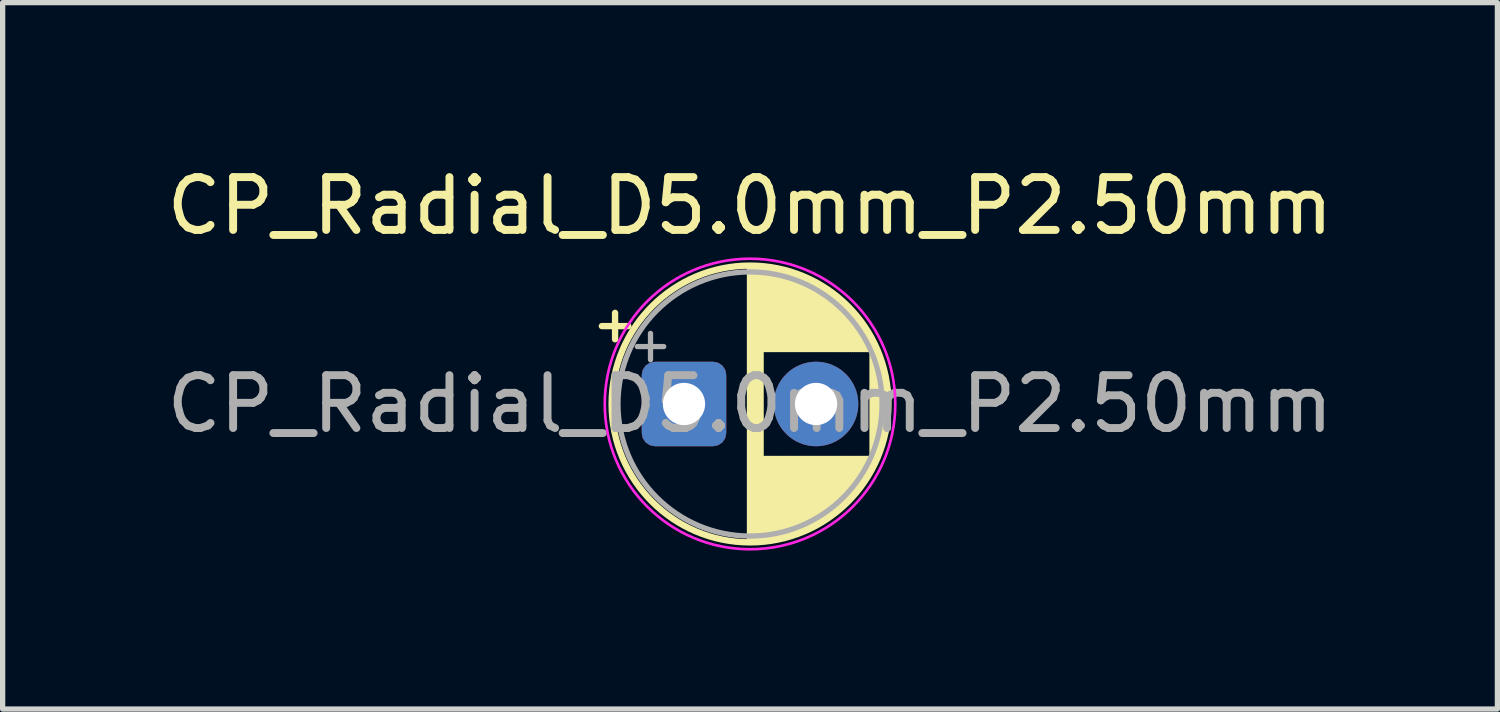
<source format=kicad_pcb>
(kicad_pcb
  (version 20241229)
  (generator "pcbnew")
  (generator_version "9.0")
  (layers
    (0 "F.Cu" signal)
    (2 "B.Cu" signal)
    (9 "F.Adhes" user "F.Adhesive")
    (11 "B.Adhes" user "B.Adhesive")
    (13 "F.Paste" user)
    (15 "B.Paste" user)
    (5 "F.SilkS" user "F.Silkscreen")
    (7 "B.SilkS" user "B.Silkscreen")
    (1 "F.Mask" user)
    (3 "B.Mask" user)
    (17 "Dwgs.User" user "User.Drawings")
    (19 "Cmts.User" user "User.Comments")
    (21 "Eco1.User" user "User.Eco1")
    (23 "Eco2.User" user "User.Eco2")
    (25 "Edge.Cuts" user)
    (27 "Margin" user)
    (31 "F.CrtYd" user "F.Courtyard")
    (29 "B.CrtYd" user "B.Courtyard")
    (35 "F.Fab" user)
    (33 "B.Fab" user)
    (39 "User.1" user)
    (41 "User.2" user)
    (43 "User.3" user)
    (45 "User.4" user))
  (footprint "CP_Radial_D5.0mm_P2.50mm"
    (layer "F.Cu")
    (at 9.899 4.598)
    (property "Reference" "CP_Radial_D5.0mm_P2.50mm" (at 1.25 -3.75 0) (layer "F.SilkS") (effects (font (size 1 1) (thickness 0.15))))
    (attr through_hole)
    (fp_line (start -1.555 -1.475) (end -1.055 -1.475) (stroke (width 0.12) (type solid)) (layer "F.SilkS"))
    (fp_line (start -1.305 -1.725) (end -1.305 -1.225) (stroke (width 0.12) (type solid)) (layer "F.SilkS"))
    (fp_line (start 1.25 -2.58) (end 1.25 2.58) (stroke (width 0.12) (type solid)) (layer "F.SilkS"))
    (fp_line (start 1.29 -2.58) (end 1.29 2.58) (stroke (width 0.12) (type solid)) (layer "F.SilkS"))
    (fp_line (start 1.33 -2.579) (end 1.33 2.579) (stroke (width 0.12) (type solid)) (layer "F.SilkS"))
    (fp_line (start 1.37 -2.577) (end 1.37 2.577) (stroke (width 0.12) (type solid)) (layer "F.SilkS"))
    (fp_line (start 1.41 -2.575) (end 1.41 2.575) (stroke (width 0.12) (type solid)) (layer "F.SilkS"))
    (fp_line (start 1.45 -2.572) (end 1.45 2.572) (stroke (width 0.12) (type solid)) (layer "F.SilkS"))
    (fp_line (start 1.49 -2.569) (end 1.49 -1.04) (stroke (width 0.12) (type solid)) (layer "F.SilkS"))
    (fp_line (start 1.49 1.04) (end 1.49 2.569) (stroke (width 0.12) (type solid)) (layer "F.SilkS"))
    (fp_line (start 1.53 -2.565) (end 1.53 -1.04) (stroke (width 0.12) (type solid)) (layer "F.SilkS"))
    (fp_line (start 1.53 1.04) (end 1.53 2.565) (stroke (width 0.12) (type solid)) (layer "F.SilkS"))
    (fp_line (start 1.57 -2.56) (end 1.57 -1.04) (stroke (width 0.12) (type solid)) (layer "F.SilkS"))
    (fp_line (start 1.57 1.04) (end 1.57 2.56) (stroke (width 0.12) (type solid)) (layer "F.SilkS"))
    (fp_line (start 1.61 -2.555) (end 1.61 -1.04) (stroke (width 0.12) (type solid)) (layer "F.SilkS"))
    (fp_line (start 1.61 1.04) (end 1.61 2.555) (stroke (width 0.12) (type solid)) (layer "F.SilkS"))
    (fp_line (start 1.65 -2.549) (end 1.65 -1.04) (stroke (width 0.12) (type solid)) (layer "F.SilkS"))
    (fp_line (start 1.65 1.04) (end 1.65 2.549) (stroke (width 0.12) (type solid)) (layer "F.SilkS"))
    (fp_line (start 1.69 -2.543) (end 1.69 -1.04) (stroke (width 0.12) (type solid)) (layer "F.SilkS"))
    (fp_line (start 1.69 1.04) (end 1.69 2.543) (stroke (width 0.12) (type solid)) (layer "F.SilkS"))
    (fp_line (start 1.73 -2.536) (end 1.73 -1.04) (stroke (width 0.12) (type solid)) (layer "F.SilkS"))
    (fp_line (start 1.73 1.04) (end 1.73 2.536) (stroke (width 0.12) (type solid)) (layer "F.SilkS"))
    (fp_line (start 1.77 -2.528) (end 1.77 -1.04) (stroke (width 0.12) (type solid)) (layer "F.SilkS"))
    (fp_line (start 1.77 1.04) (end 1.77 2.528) (stroke (width 0.12) (type solid)) (layer "F.SilkS"))
    (fp_line (start 1.81 -2.519) (end 1.81 -1.04) (stroke (width 0.12) (type solid)) (layer "F.SilkS"))
    (fp_line (start 1.81 1.04) (end 1.81 2.519) (stroke (width 0.12) (type solid)) (layer "F.SilkS"))
    (fp_line (start 1.85 -2.51) (end 1.85 -1.04) (stroke (width 0.12) (type solid)) (layer "F.SilkS"))
    (fp_line (start 1.85 1.04) (end 1.85 2.51) (stroke (width 0.12) (type solid)) (layer "F.SilkS"))
    (fp_line (start 1.89 -2.501) (end 1.89 -1.04) (stroke (width 0.12) (type solid)) (layer "F.SilkS"))
    (fp_line (start 1.89 1.04) (end 1.89 2.501) (stroke (width 0.12) (type solid)) (layer "F.SilkS"))
    (fp_line (start 1.93 -2.49) (end 1.93 -1.04) (stroke (width 0.12) (type solid)) (layer "F.SilkS"))
    (fp_line (start 1.93 1.04) (end 1.93 2.49) (stroke (width 0.12) (type solid)) (layer "F.SilkS"))
    (fp_line (start 1.97 -2.479) (end 1.97 -1.04) (stroke (width 0.12) (type solid)) (layer "F.SilkS"))
    (fp_line (start 1.97 1.04) (end 1.97 2.479) (stroke (width 0.12) (type solid)) (layer "F.SilkS"))
    (fp_line (start 2.01 -2.467) (end 2.01 -1.04) (stroke (width 0.12) (type solid)) (layer "F.SilkS"))
    (fp_line (start 2.01 1.04) (end 2.01 2.467) (stroke (width 0.12) (type solid)) (layer "F.SilkS"))
    (fp_line (start 2.05 -2.455) (end 2.05 -1.04) (stroke (width 0.12) (type solid)) (layer "F.SilkS"))
    (fp_line (start 2.05 1.04) (end 2.05 2.455) (stroke (width 0.12) (type solid)) (layer "F.SilkS"))
    (fp_line (start 2.09 -2.442) (end 2.09 -1.04) (stroke (width 0.12) (type solid)) (layer "F.SilkS"))
    (fp_line (start 2.09 1.04) (end 2.09 2.442) (stroke (width 0.12) (type solid)) (layer "F.SilkS"))
    (fp_line (start 2.13 -2.428) (end 2.13 -1.04) (stroke (width 0.12) (type solid)) (layer "F.SilkS"))
    (fp_line (start 2.13 1.04) (end 2.13 2.428) (stroke (width 0.12) (type solid)) (layer "F.SilkS"))
    (fp_line (start 2.17 -2.413) (end 2.17 -1.04) (stroke (width 0.12) (type solid)) (layer "F.SilkS"))
    (fp_line (start 2.17 1.04) (end 2.17 2.413) (stroke (width 0.12) (type solid)) (layer "F.SilkS"))
    (fp_line (start 2.21 -2.398) (end 2.21 -1.04) (stroke (width 0.12) (type solid)) (layer "F.SilkS"))
    (fp_line (start 2.21 1.04) (end 2.21 2.398) (stroke (width 0.12) (type solid)) (layer "F.SilkS"))
    (fp_line (start 2.25 -2.382) (end 2.25 -1.04) (stroke (width 0.12) (type solid)) (layer "F.SilkS"))
    (fp_line (start 2.25 1.04) (end 2.25 2.382) (stroke (width 0.12) (type solid)) (layer "F.SilkS"))
    (fp_line (start 2.29 -2.365) (end 2.29 -1.04) (stroke (width 0.12) (type solid)) (layer "F.SilkS"))
    (fp_line (start 2.29 1.04) (end 2.29 2.365) (stroke (width 0.12) (type solid)) (layer "F.SilkS"))
    (fp_line (start 2.33 -2.347) (end 2.33 -1.04) (stroke (width 0.12) (type solid)) (layer "F.SilkS"))
    (fp_line (start 2.33 1.04) (end 2.33 2.347) (stroke (width 0.12) (type solid)) (layer "F.SilkS"))
    (fp_line (start 2.37 -2.329) (end 2.37 -1.04) (stroke (width 0.12) (type solid)) (layer "F.SilkS"))
    (fp_line (start 2.37 1.04) (end 2.37 2.329) (stroke (width 0.12) (type solid)) (layer "F.SilkS"))
    (fp_line (start 2.41 -2.309) (end 2.41 -1.04) (stroke (width 0.12) (type solid)) (layer "F.SilkS"))
    (fp_line (start 2.41 1.04) (end 2.41 2.309) (stroke (width 0.12) (type solid)) (layer "F.SilkS"))
    (fp_line (start 2.45 -2.289) (end 2.45 -1.04) (stroke (width 0.12) (type solid)) (layer "F.SilkS"))
    (fp_line (start 2.45 1.04) (end 2.45 2.289) (stroke (width 0.12) (type solid)) (layer "F.SilkS"))
    (fp_line (start 2.49 -2.268) (end 2.49 -1.04) (stroke (width 0.12) (type solid)) (layer "F.SilkS"))
    (fp_line (start 2.49 1.04) (end 2.49 2.268) (stroke (width 0.12) (type solid)) (layer "F.SilkS"))
    (fp_line (start 2.53 -2.246) (end 2.53 -1.04) (stroke (width 0.12) (type solid)) (layer "F.SilkS"))
    (fp_line (start 2.53 1.04) (end 2.53 2.246) (stroke (width 0.12) (type solid)) (layer "F.SilkS"))
    (fp_line (start 2.57 -2.223) (end 2.57 -1.04) (stroke (width 0.12) (type solid)) (layer "F.SilkS"))
    (fp_line (start 2.57 1.04) (end 2.57 2.223) (stroke (width 0.12) (type solid)) (layer "F.SilkS"))
    (fp_line (start 2.61 -2.199) (end 2.61 -1.04) (stroke (width 0.12) (type solid)) (layer "F.SilkS"))
    (fp_line (start 2.61 1.04) (end 2.61 2.199) (stroke (width 0.12) (type solid)) (layer "F.SilkS"))
    (fp_line (start 2.65 -2.175) (end 2.65 -1.04) (stroke (width 0.12) (type solid)) (layer "F.SilkS"))
    (fp_line (start 2.65 1.04) (end 2.65 2.175) (stroke (width 0.12) (type solid)) (layer "F.SilkS"))
    (fp_line (start 2.69 -2.149) (end 2.69 -1.04) (stroke (width 0.12) (type solid)) (layer "F.SilkS"))
    (fp_line (start 2.69 1.04) (end 2.69 2.149) (stroke (width 0.12) (type solid)) (layer "F.SilkS"))
    (fp_line (start 2.73 -2.122) (end 2.73 -1.04) (stroke (width 0.12) (type solid)) (layer "F.SilkS"))
    (fp_line (start 2.73 1.04) (end 2.73 2.122) (stroke (width 0.12) (type solid)) (layer "F.SilkS"))
    (fp_line (start 2.77 -2.094) (end 2.77 -1.04) (stroke (width 0.12) (type solid)) (layer "F.SilkS"))
    (fp_line (start 2.77 1.04) (end 2.77 2.094) (stroke (width 0.12) (type solid)) (layer "F.SilkS"))
    (fp_line (start 2.81 -2.065) (end 2.81 -1.04) (stroke (width 0.12) (type solid)) (layer "F.SilkS"))
    (fp_line (start 2.81 1.04) (end 2.81 2.065) (stroke (width 0.12) (type solid)) (layer "F.SilkS"))
    (fp_line (start 2.85 -2.035) (end 2.85 -1.04) (stroke (width 0.12) (type solid)) (layer "F.SilkS"))
    (fp_line (start 2.85 1.04) (end 2.85 2.035) (stroke (width 0.12) (type solid)) (layer "F.SilkS"))
    (fp_line (start 2.89 -2.003) (end 2.89 -1.04) (stroke (width 0.12) (type solid)) (layer "F.SilkS"))
    (fp_line (start 2.89 1.04) (end 2.89 2.003) (stroke (width 0.12) (type solid)) (layer "F.SilkS"))
    (fp_line (start 2.93 -1.97) (end 2.93 -1.04) (stroke (width 0.12) (type solid)) (layer "F.SilkS"))
    (fp_line (start 2.93 1.04) (end 2.93 1.97) (stroke (width 0.12) (type solid)) (layer "F.SilkS"))
    (fp_line (start 2.97 -1.936) (end 2.97 -1.04) (stroke (width 0.12) (type solid)) (layer "F.SilkS"))
    (fp_line (start 2.97 1.04) (end 2.97 1.936) (stroke (width 0.12) (type solid)) (layer "F.SilkS"))
    (fp_line (start 3.01 -1.901) (end 3.01 -1.04) (stroke (width 0.12) (type solid)) (layer "F.SilkS"))
    (fp_line (start 3.01 1.04) (end 3.01 1.901) (stroke (width 0.12) (type solid)) (layer "F.SilkS"))
    (fp_line (start 3.05 -1.864) (end 3.05 -1.04) (stroke (width 0.12) (type solid)) (layer "F.SilkS"))
    (fp_line (start 3.05 1.04) (end 3.05 1.864) (stroke (width 0.12) (type solid)) (layer "F.SilkS"))
    (fp_line (start 3.09 -1.825) (end 3.09 -1.04) (stroke (width 0.12) (type solid)) (layer "F.SilkS"))
    (fp_line (start 3.09 1.04) (end 3.09 1.825) (stroke (width 0.12) (type solid)) (layer "F.SilkS"))
    (fp_line (start 3.13 -1.785) (end 3.13 -1.04) (stroke (width 0.12) (type solid)) (layer "F.SilkS"))
    (fp_line (start 3.13 1.04) (end 3.13 1.785) (stroke (width 0.12) (type solid)) (layer "F.SilkS"))
    (fp_line (start 3.17 -1.743) (end 3.17 -1.04) (stroke (width 0.12) (type solid)) (layer "F.SilkS"))
    (fp_line (start 3.17 1.04) (end 3.17 1.743) (stroke (width 0.12) (type solid)) (layer "F.SilkS"))
    (fp_line (start 3.21 -1.699) (end 3.21 -1.04) (stroke (width 0.12) (type solid)) (layer "F.SilkS"))
    (fp_line (start 3.21 1.04) (end 3.21 1.699) (stroke (width 0.12) (type solid)) (layer "F.SilkS"))
    (fp_line (start 3.25 -1.652) (end 3.25 -1.04) (stroke (width 0.12) (type solid)) (layer "F.SilkS"))
    (fp_line (start 3.25 1.04) (end 3.25 1.652) (stroke (width 0.12) (type solid)) (layer "F.SilkS"))
    (fp_line (start 3.29 -1.604) (end 3.29 -1.04) (stroke (width 0.12) (type solid)) (layer "F.SilkS"))
    (fp_line (start 3.29 1.04) (end 3.29 1.604) (stroke (width 0.12) (type solid)) (layer "F.SilkS"))
    (fp_line (start 3.33 -1.553) (end 3.33 -1.04) (stroke (width 0.12) (type solid)) (layer "F.SilkS"))
    (fp_line (start 3.33 1.04) (end 3.33 1.553) (stroke (width 0.12) (type solid)) (layer "F.SilkS"))
    (fp_line (start 3.37 -1.499) (end 3.37 -1.04) (stroke (width 0.12) (type solid)) (layer "F.SilkS"))
    (fp_line (start 3.37 1.04) (end 3.37 1.499) (stroke (width 0.12) (type solid)) (layer "F.SilkS"))
    (fp_line (start 3.41 -1.443) (end 3.41 -1.04) (stroke (width 0.12) (type solid)) (layer "F.SilkS"))
    (fp_line (start 3.41 1.04) (end 3.41 1.443) (stroke (width 0.12) (type solid)) (layer "F.SilkS"))
    (fp_line (start 3.45 -1.383) (end 3.45 -1.04) (stroke (width 0.12) (type solid)) (layer "F.SilkS"))
    (fp_line (start 3.45 1.04) (end 3.45 1.383) (stroke (width 0.12) (type solid)) (layer "F.SilkS"))
    (fp_line (start 3.49 -1.319) (end 3.49 -1.04) (stroke (width 0.12) (type solid)) (layer "F.SilkS"))
    (fp_line (start 3.49 1.04) (end 3.49 1.319) (stroke (width 0.12) (type solid)) (layer "F.SilkS"))
    (fp_line (start 3.53 -1.251) (end 3.53 -1.04) (stroke (width 0.12) (type solid)) (layer "F.SilkS"))
    (fp_line (start 3.53 1.04) (end 3.53 1.251) (stroke (width 0.12) (type solid)) (layer "F.SilkS"))
    (fp_line (start 3.57 -1.177) (end 3.57 1.177) (stroke (width 0.12) (type solid)) (layer "F.SilkS"))
    (fp_line (start 3.61 -1.098) (end 3.61 1.098) (stroke (width 0.12) (type solid)) (layer "F.SilkS"))
    (fp_line (start 3.65 -1.011) (end 3.65 1.011) (stroke (width 0.12) (type solid)) (layer "F.SilkS"))
    (fp_line (start 3.69 -0.914) (end 3.69 0.914) (stroke (width 0.12) (type solid)) (layer "F.SilkS"))
    (fp_line (start 3.73 -0.805) (end 3.73 0.805) (stroke (width 0.12) (type solid)) (layer "F.SilkS"))
    (fp_line (start 3.77 -0.677) (end 3.77 0.677) (stroke (width 0.12) (type solid)) (layer "F.SilkS"))
    (fp_line (start 3.81 -0.517) (end 3.81 0.517) (stroke (width 0.12) (type solid)) (layer "F.SilkS"))
    (fp_line (start 3.85 -0.283) (end 3.85 0.283) (stroke (width 0.12) (type solid)) (layer "F.SilkS"))
    (fp_circle (center 1.25 0) (end 3.87 0) (stroke (width 0.12) (type solid)) (fill no) (layer "F.SilkS"))
    (fp_circle (center 1.25 0) (end 4 0) (stroke (width 0.05) (type solid)) (fill no) (layer "F.CrtYd"))
    (fp_line (start -0.884 -1.087) (end -0.384 -1.087) (stroke (width 0.1) (type solid)) (layer "F.Fab"))
    (fp_line (start -0.634 -1.337) (end -0.634 -0.838) (stroke (width 0.1) (type solid)) (layer "F.Fab"))
    (fp_circle (center 1.25 0) (end 3.75 0) (stroke (width 0.1) (type solid)) (fill no) (layer "F.Fab"))
    (fp_text user "${REFERENCE}" (at 1.25 0 0) (layer "F.Fab") (effects (font (size 1 1) (thickness 0.15))))
    (pad "1" thru_hole roundrect (at 0 0) (size 1.6 1.6) (drill 0.8) (layers "*.Cu" "*.Mask") (roundrect_rratio 0.156))
    (pad "2" thru_hole circle (at 2.5 0) (size 1.6 1.6) (drill 0.8) (layers "*.Cu" "*.Mask")))
  (gr_rect
    (start -3 -3)
    (end 25.298 10.373)
    (stroke (width 0.1) (type default))
    (fill no)
    (layer "Edge.Cuts")))
</source>
